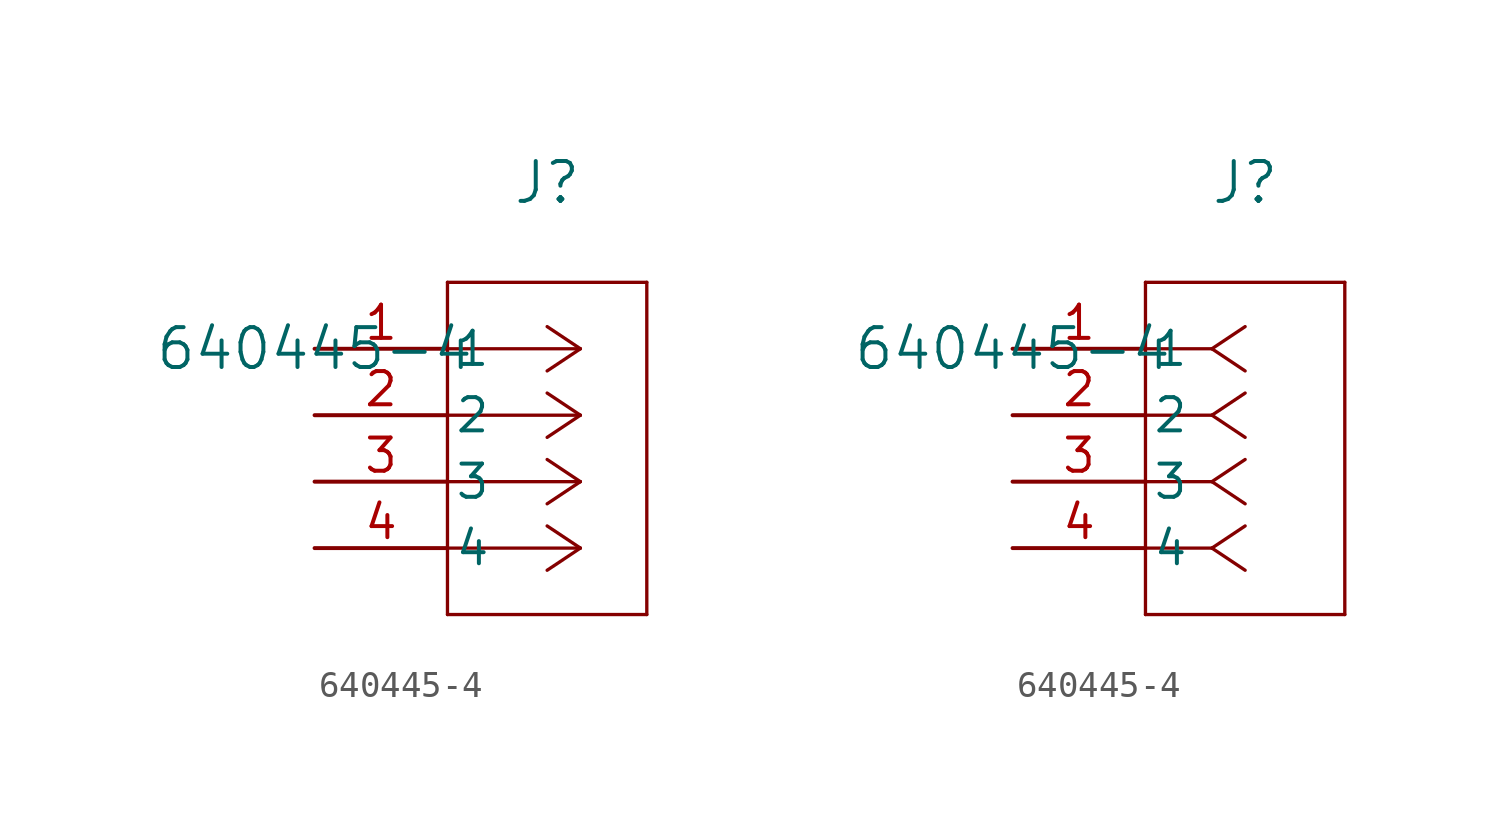
<source format=kicad_sym>
(kicad_symbol_lib
  (version 20211014)
  (generator kicad_symbol_editor)
  (symbol "640445-4"
    (pin_names
      (offset 0.254))
    (property "Reference" "J"
      (at 8.89 6.35 0)
      (effects (font (size 1.524 1.524))))
    (property "Value" "640445-4"
      (at 0 0 0)
      (effects (font (size 1.524 1.524))))
    (symbol "640445-4_1_1"
      (polyline (pts (xy 10.16 0) (xy 5.08 0)) (stroke (width 0.127) (type default) (color 0 0 0 0)) (fill (type none)))
      (polyline (pts (xy 10.16 -2.54) (xy 5.08 -2.54)) (stroke (width 0.127) (type default) (color 0 0 0 0)) (fill (type none)))
      (polyline (pts (xy 10.16 -5.08) (xy 5.08 -5.08)) (stroke (width 0.127) (type default) (color 0 0 0 0)) (fill (type none)))
      (polyline (pts (xy 10.16 -7.62) (xy 5.08 -7.62)) (stroke (width 0.127) (type default) (color 0 0 0 0)) (fill (type none)))
      (polyline (pts (xy 10.16 0) (xy 8.89 0.847)) (stroke (width 0.127) (type default) (color 0 0 0 0)) (fill (type none)))
      (polyline (pts (xy 10.16 -2.54) (xy 8.89 -1.693)) (stroke (width 0.127) (type default) (color 0 0 0 0)) (fill (type none)))
      (polyline (pts (xy 10.16 -5.08) (xy 8.89 -4.233)) (stroke (width 0.127) (type default) (color 0 0 0 0)) (fill (type none)))
      (polyline (pts (xy 10.16 -7.62) (xy 8.89 -6.773)) (stroke (width 0.127) (type default) (color 0 0 0 0)) (fill (type none)))
      (polyline (pts (xy 10.16 0) (xy 8.89 -0.847)) (stroke (width 0.127) (type default) (color 0 0 0 0)) (fill (type none)))
      (polyline (pts (xy 10.16 -2.54) (xy 8.89 -3.387)) (stroke (width 0.127) (type default) (color 0 0 0 0)) (fill (type none)))
      (polyline (pts (xy 10.16 -5.08) (xy 8.89 -5.927)) (stroke (width 0.127) (type default) (color 0 0 0 0)) (fill (type none)))
      (polyline (pts (xy 10.16 -7.62) (xy 8.89 -8.467)) (stroke (width 0.127) (type default) (color 0 0 0 0)) (fill (type none)))
      (polyline (pts (xy 5.08 2.54) (xy 5.08 -10.16)) (stroke (width 0.127) (type default) (color 0 0 0 0)) (fill (type none)))
      (polyline (pts (xy 5.08 -10.16) (xy 12.7 -10.16)) (stroke (width 0.127) (type default) (color 0 0 0 0)) (fill (type none)))
      (polyline (pts (xy 12.7 -10.16) (xy 12.7 2.54)) (stroke (width 0.127) (type default) (color 0 0 0 0)) (fill (type none)))
      (polyline (pts (xy 12.7 2.54) (xy 5.08 2.54)) (stroke (width 0.127) (type default) (color 0 0 0 0)) (fill (type none)))
      (pin unspecified line (at 0 0 0) (length 5.08) (name "1" (effects (font (size 1.27 1.27)))) (number "1" (effects (font (size 1.27 1.27)))))
      (pin unspecified line (at 0 -2.54 0) (length 5.08) (name "2" (effects (font (size 1.27 1.27)))) (number "2" (effects (font (size 1.27 1.27)))))
      (pin unspecified line (at 0 -5.08 0) (length 5.08) (name "3" (effects (font (size 1.27 1.27)))) (number "3" (effects (font (size 1.27 1.27)))))
      (pin unspecified line (at 0 -7.62 0) (length 5.08) (name "4" (effects (font (size 1.27 1.27)))) (number "4" (effects (font (size 1.27 1.27))))))
    (symbol "640445-4_1_2"
      (polyline (pts (xy 7.62 0) (xy 5.08 0)) (stroke (width 0.127) (type default) (color 0 0 0 0)) (fill (type none)))
      (polyline (pts (xy 7.62 -2.54) (xy 5.08 -2.54)) (stroke (width 0.127) (type default) (color 0 0 0 0)) (fill (type none)))
      (polyline (pts (xy 7.62 -5.08) (xy 5.08 -5.08)) (stroke (width 0.127) (type default) (color 0 0 0 0)) (fill (type none)))
      (polyline (pts (xy 7.62 -7.62) (xy 5.08 -7.62)) (stroke (width 0.127) (type default) (color 0 0 0 0)) (fill (type none)))
      (polyline (pts (xy 7.62 0) (xy 8.89 0.847)) (stroke (width 0.127) (type default) (color 0 0 0 0)) (fill (type none)))
      (polyline (pts (xy 7.62 -2.54) (xy 8.89 -1.693)) (stroke (width 0.127) (type default) (color 0 0 0 0)) (fill (type none)))
      (polyline (pts (xy 7.62 -5.08) (xy 8.89 -4.233)) (stroke (width 0.127) (type default) (color 0 0 0 0)) (fill (type none)))
      (polyline (pts (xy 7.62 -7.62) (xy 8.89 -6.773)) (stroke (width 0.127) (type default) (color 0 0 0 0)) (fill (type none)))
      (polyline (pts (xy 7.62 0) (xy 8.89 -0.847)) (stroke (width 0.127) (type default) (color 0 0 0 0)) (fill (type none)))
      (polyline (pts (xy 7.62 -2.54) (xy 8.89 -3.387)) (stroke (width 0.127) (type default) (color 0 0 0 0)) (fill (type none)))
      (polyline (pts (xy 7.62 -5.08) (xy 8.89 -5.927)) (stroke (width 0.127) (type default) (color 0 0 0 0)) (fill (type none)))
      (polyline (pts (xy 7.62 -7.62) (xy 8.89 -8.467)) (stroke (width 0.127) (type default) (color 0 0 0 0)) (fill (type none)))
      (polyline (pts (xy 5.08 2.54) (xy 5.08 -10.16)) (stroke (width 0.127) (type default) (color 0 0 0 0)) (fill (type none)))
      (polyline (pts (xy 5.08 -10.16) (xy 12.7 -10.16)) (stroke (width 0.127) (type default) (color 0 0 0 0)) (fill (type none)))
      (polyline (pts (xy 12.7 -10.16) (xy 12.7 2.54)) (stroke (width 0.127) (type default) (color 0 0 0 0)) (fill (type none)))
      (polyline (pts (xy 12.7 2.54) (xy 5.08 2.54)) (stroke (width 0.127) (type default) (color 0 0 0 0)) (fill (type none)))
      (pin unspecified line (at 0 0 0) (length 5.08) (name "1" (effects (font (size 1.27 1.27)))) (number "1" (effects (font (size 1.27 1.27)))))
      (pin unspecified line (at 0 -2.54 0) (length 5.08) (name "2" (effects (font (size 1.27 1.27)))) (number "2" (effects (font (size 1.27 1.27)))))
      (pin unspecified line (at 0 -5.08 0) (length 5.08) (name "3" (effects (font (size 1.27 1.27)))) (number "3" (effects (font (size 1.27 1.27)))))
      (pin unspecified line (at 0 -7.62 0) (length 5.08) (name "4" (effects (font (size 1.27 1.27)))) (number "4" (effects (font (size 1.27 1.27))))))))
</source>
